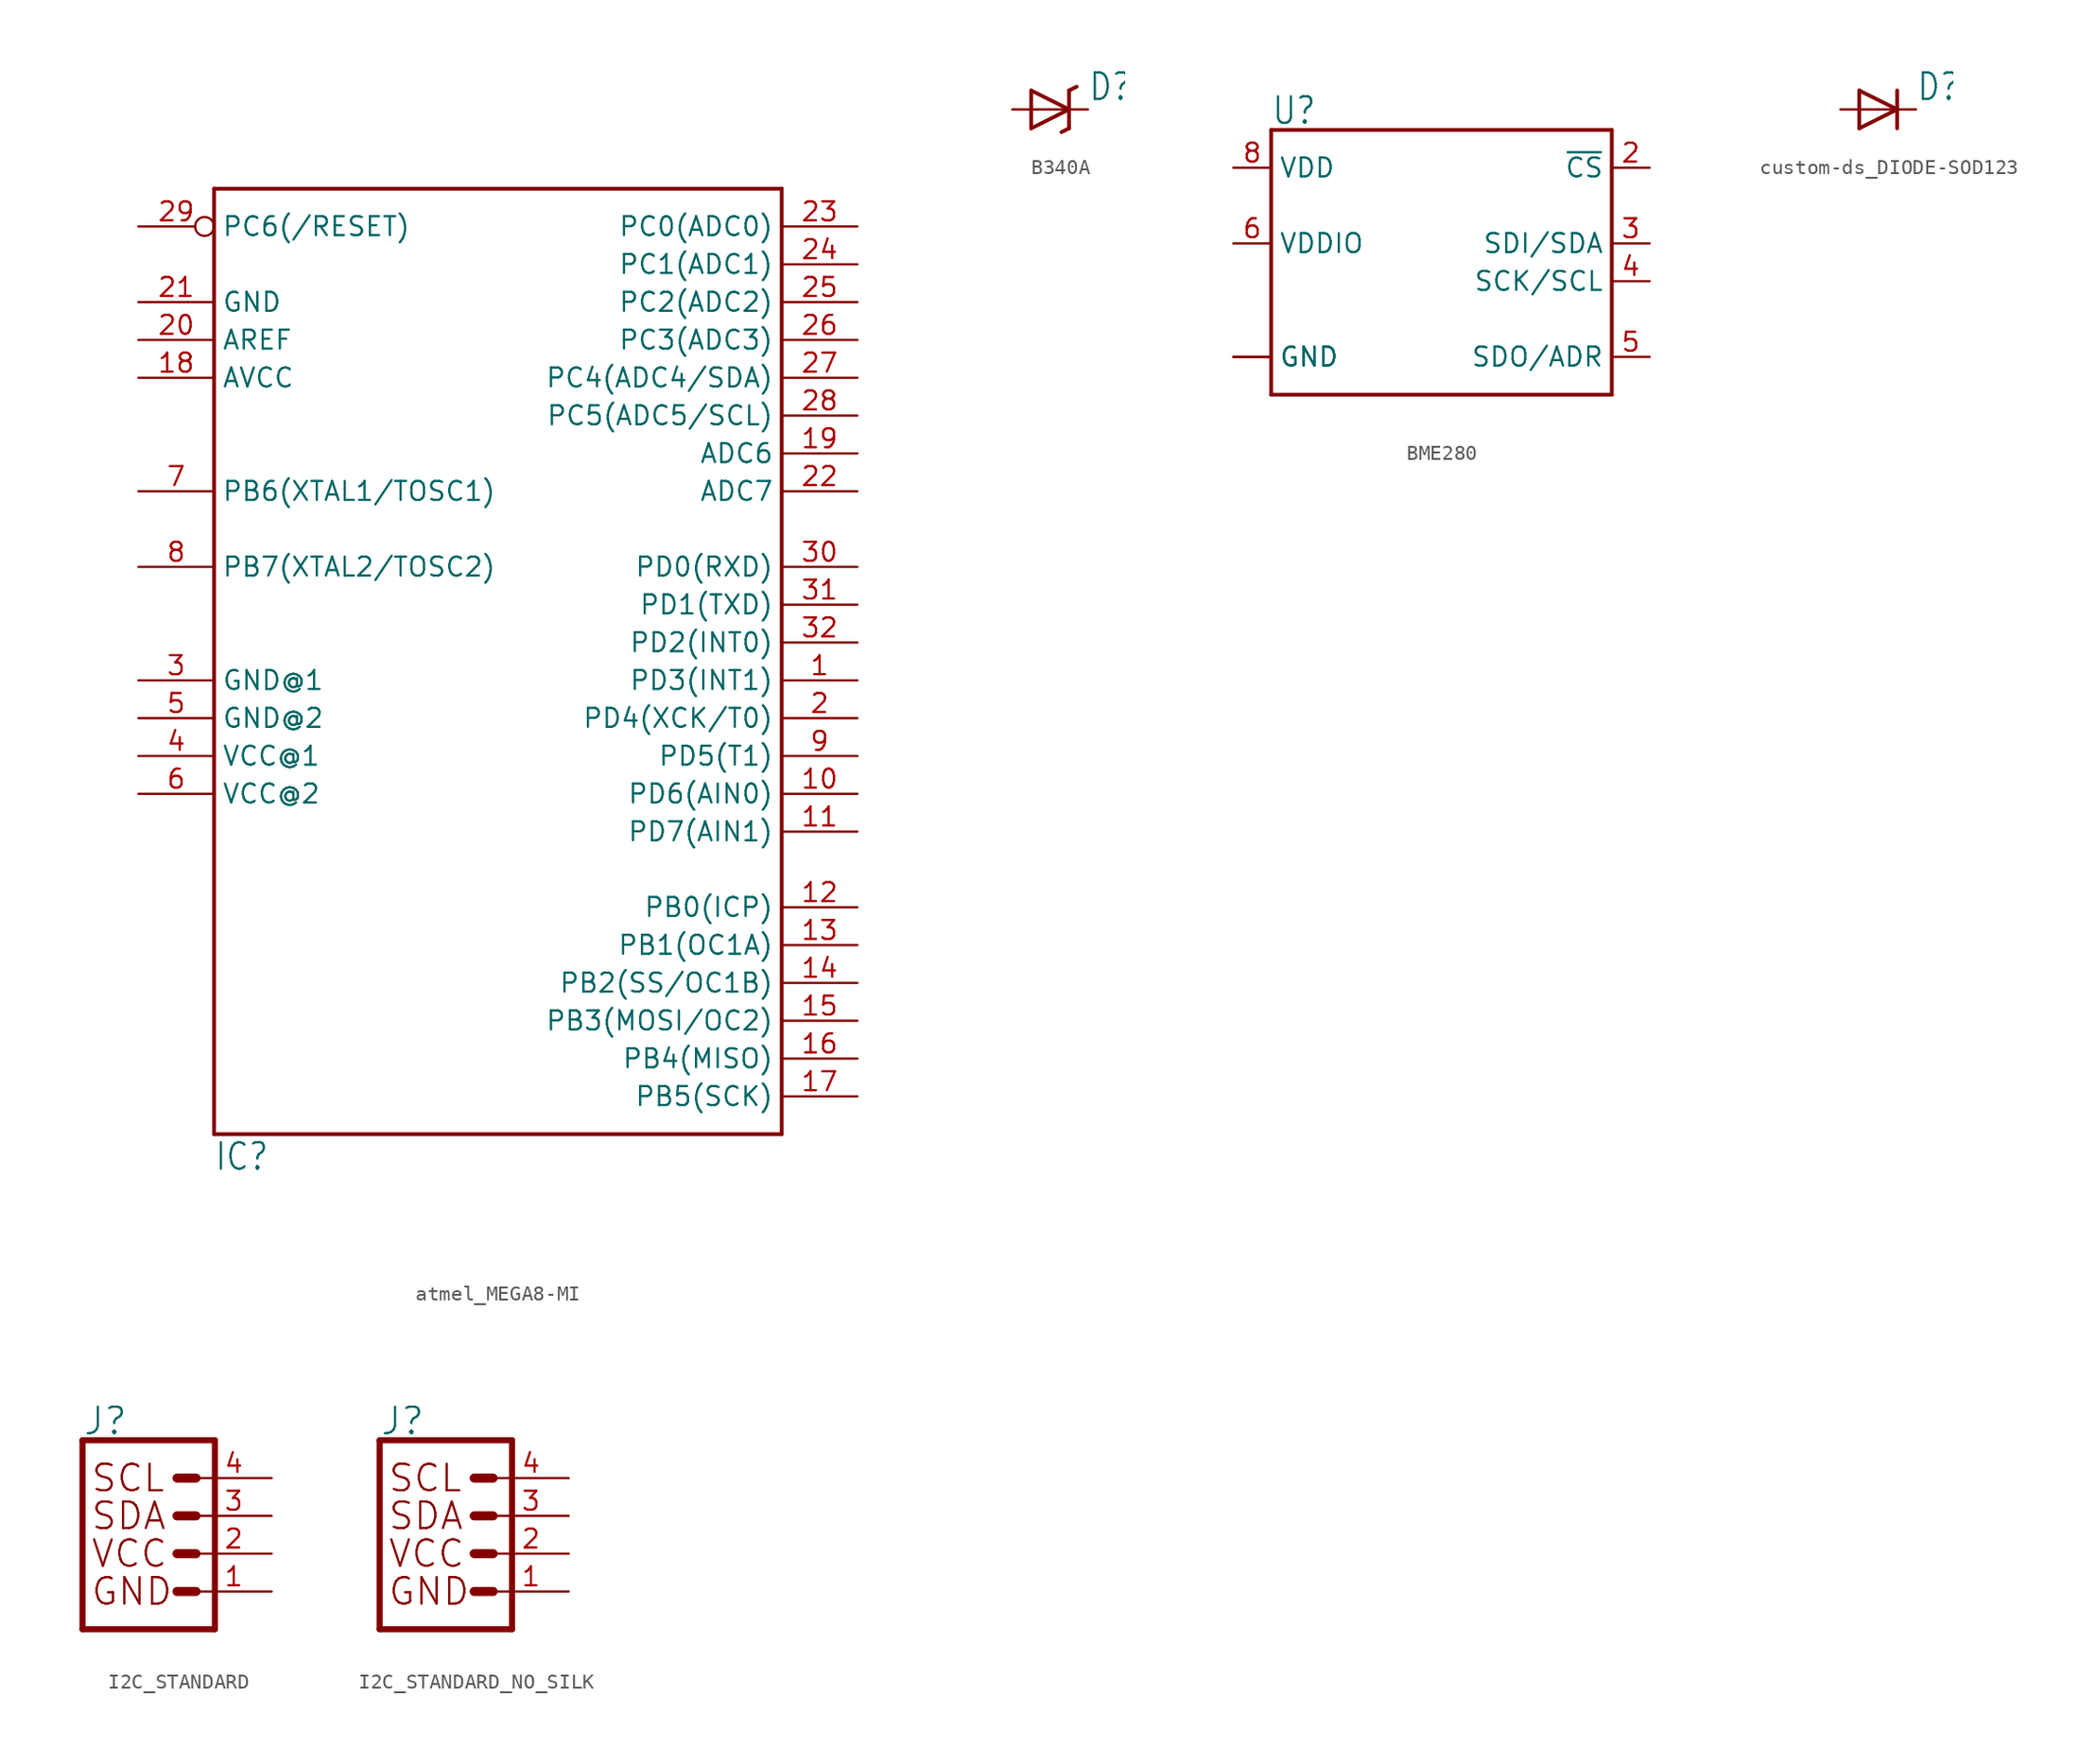
<source format=kicad_sym>
(kicad_symbol_lib
  (version 20231120)
  (generator "kicad_symbol_editor")
  (generator_version "8.0")
  (symbol "atmel_MEGA8-MI"
    (property "Reference" "IC"
      (at -17.78 -38.1 0)
      (effects (font (size 1.778 1.511)) (justify left bottom)))
    (property "Value" ""
      (at -17.78 29.21 0)
      (effects (font (size 1.778 1.511)) (justify left bottom)))
    (property "ki_locked" ""
      (at 0 0 0)
      (effects (font (size 1.27 1.27))))
    (symbol "atmel_MEGA8-MI_1_0"
      (polyline (pts (xy -17.78 -35.56) (xy -17.78 27.94)) (stroke (width 0.254) (type solid)) (fill (type none)))
      (polyline (pts (xy -17.78 27.94) (xy 20.32 27.94)) (stroke (width 0.254) (type solid)) (fill (type none)))
      (polyline (pts (xy 20.32 -35.56) (xy -17.78 -35.56)) (stroke (width 0.254) (type solid)) (fill (type none)))
      (polyline (pts (xy 20.32 27.94) (xy 20.32 -35.56)) (stroke (width 0.254) (type solid)) (fill (type none)))
      (pin bidirectional line (at 25.4 -5.08 180) (length 5.08) (name "PD3(INT1)" (effects (font (size 1.27 1.27)))) (number "1" (effects (font (size 1.27 1.27)))))
      (pin bidirectional line (at 25.4 -12.7 180) (length 5.08) (name "PD6(AIN0)" (effects (font (size 1.27 1.27)))) (number "10" (effects (font (size 1.27 1.27)))))
      (pin bidirectional line (at 25.4 -15.24 180) (length 5.08) (name "PD7(AIN1)" (effects (font (size 1.27 1.27)))) (number "11" (effects (font (size 1.27 1.27)))))
      (pin bidirectional line (at 25.4 -20.32 180) (length 5.08) (name "PB0(ICP)" (effects (font (size 1.27 1.27)))) (number "12" (effects (font (size 1.27 1.27)))))
      (pin bidirectional line (at 25.4 -22.86 180) (length 5.08) (name "PB1(OC1A)" (effects (font (size 1.27 1.27)))) (number "13" (effects (font (size 1.27 1.27)))))
      (pin bidirectional line (at 25.4 -25.4 180) (length 5.08) (name "PB2(SS/OC1B)" (effects (font (size 1.27 1.27)))) (number "14" (effects (font (size 1.27 1.27)))))
      (pin bidirectional line (at 25.4 -27.94 180) (length 5.08) (name "PB3(MOSI/OC2)" (effects (font (size 1.27 1.27)))) (number "15" (effects (font (size 1.27 1.27)))))
      (pin bidirectional line (at 25.4 -30.48 180) (length 5.08) (name "PB4(MISO)" (effects (font (size 1.27 1.27)))) (number "16" (effects (font (size 1.27 1.27)))))
      (pin bidirectional line (at 25.4 -33.02 180) (length 5.08) (name "PB5(SCK)" (effects (font (size 1.27 1.27)))) (number "17" (effects (font (size 1.27 1.27)))))
      (pin power_in line (at -22.86 15.24 0) (length 5.08) (name "AVCC" (effects (font (size 1.27 1.27)))) (number "18" (effects (font (size 1.27 1.27)))))
      (pin bidirectional line (at 25.4 10.16 180) (length 5.08) (name "ADC6" (effects (font (size 1.27 1.27)))) (number "19" (effects (font (size 1.27 1.27)))))
      (pin bidirectional line (at 25.4 -7.62 180) (length 5.08) (name "PD4(XCK/T0)" (effects (font (size 1.27 1.27)))) (number "2" (effects (font (size 1.27 1.27)))))
      (pin passive line (at -22.86 17.78 0) (length 5.08) (name "AREF" (effects (font (size 1.27 1.27)))) (number "20" (effects (font (size 1.27 1.27)))))
      (pin power_in line (at -22.86 20.32 0) (length 5.08) (name "GND" (effects (font (size 1.27 1.27)))) (number "21" (effects (font (size 1.27 1.27)))))
      (pin bidirectional line (at 25.4 7.62 180) (length 5.08) (name "ADC7" (effects (font (size 1.27 1.27)))) (number "22" (effects (font (size 1.27 1.27)))))
      (pin bidirectional line (at 25.4 25.4 180) (length 5.08) (name "PC0(ADC0)" (effects (font (size 1.27 1.27)))) (number "23" (effects (font (size 1.27 1.27)))))
      (pin bidirectional line (at 25.4 22.86 180) (length 5.08) (name "PC1(ADC1)" (effects (font (size 1.27 1.27)))) (number "24" (effects (font (size 1.27 1.27)))))
      (pin bidirectional line (at 25.4 20.32 180) (length 5.08) (name "PC2(ADC2)" (effects (font (size 1.27 1.27)))) (number "25" (effects (font (size 1.27 1.27)))))
      (pin bidirectional line (at 25.4 17.78 180) (length 5.08) (name "PC3(ADC3)" (effects (font (size 1.27 1.27)))) (number "26" (effects (font (size 1.27 1.27)))))
      (pin bidirectional line (at 25.4 15.24 180) (length 5.08) (name "PC4(ADC4/SDA)" (effects (font (size 1.27 1.27)))) (number "27" (effects (font (size 1.27 1.27)))))
      (pin bidirectional line (at 25.4 12.7 180) (length 5.08) (name "PC5(ADC5/SCL)" (effects (font (size 1.27 1.27)))) (number "28" (effects (font (size 1.27 1.27)))))
      (pin bidirectional inverted (at -22.86 25.4 0) (length 5.08) (name "PC6(/RESET)" (effects (font (size 1.27 1.27)))) (number "29" (effects (font (size 1.27 1.27)))))
      (pin power_in line (at -22.86 -5.08 0) (length 5.08) (name "GND@1" (effects (font (size 1.27 1.27)))) (number "3" (effects (font (size 1.27 1.27)))))
      (pin bidirectional line (at 25.4 2.54 180) (length 5.08) (name "PD0(RXD)" (effects (font (size 1.27 1.27)))) (number "30" (effects (font (size 1.27 1.27)))))
      (pin bidirectional line (at 25.4 0 180) (length 5.08) (name "PD1(TXD)" (effects (font (size 1.27 1.27)))) (number "31" (effects (font (size 1.27 1.27)))))
      (pin bidirectional line (at 25.4 -2.54 180) (length 5.08) (name "PD2(INT0)" (effects (font (size 1.27 1.27)))) (number "32" (effects (font (size 1.27 1.27)))))
      (pin power_in line (at -22.86 -10.16 0) (length 5.08) (name "VCC@1" (effects (font (size 1.27 1.27)))) (number "4" (effects (font (size 1.27 1.27)))))
      (pin power_in line (at -22.86 -7.62 0) (length 5.08) (name "GND@2" (effects (font (size 1.27 1.27)))) (number "5" (effects (font (size 1.27 1.27)))))
      (pin power_in line (at -22.86 -12.7 0) (length 5.08) (name "VCC@2" (effects (font (size 1.27 1.27)))) (number "6" (effects (font (size 1.27 1.27)))))
      (pin bidirectional line (at -22.86 7.62 0) (length 5.08) (name "PB6(XTAL1/TOSC1)" (effects (font (size 1.27 1.27)))) (number "7" (effects (font (size 1.27 1.27)))))
      (pin bidirectional line (at -22.86 2.54 0) (length 5.08) (name "PB7(XTAL2/TOSC2)" (effects (font (size 1.27 1.27)))) (number "8" (effects (font (size 1.27 1.27)))))
      (pin bidirectional line (at 25.4 -10.16 180) (length 5.08) (name "PD5(T1)" (effects (font (size 1.27 1.27)))) (number "9" (effects (font (size 1.27 1.27)))))))
  (symbol "B340A"
    (property "Reference" "D"
      (at 2.54 0.483 0)
      (effects (font (size 1.778 1.511)) (justify left bottom)))
    (property "Value" ""
      (at 2.54 -2.311 0)
      (effects (font (size 1.778 1.511)) (justify left bottom)))
    (property "ki_locked" ""
      (at 0 0 0)
      (effects (font (size 1.27 1.27))))
    (symbol "B340A_1_0"
      (polyline (pts (xy -1.27 -1.27) (xy 1.27 0)) (stroke (width 0.254) (type solid)) (fill (type none)))
      (polyline (pts (xy -1.27 1.27) (xy -1.27 -1.27)) (stroke (width 0.254) (type solid)) (fill (type none)))
      (polyline (pts (xy 1.27 -1.27) (xy 0.762 -1.524)) (stroke (width 0.254) (type solid)) (fill (type none)))
      (polyline (pts (xy 1.27 0) (xy -1.27 1.27)) (stroke (width 0.254) (type solid)) (fill (type none)))
      (polyline (pts (xy 1.27 0) (xy 1.27 -1.27)) (stroke (width 0.254) (type solid)) (fill (type none)))
      (polyline (pts (xy 1.27 1.27) (xy 1.27 0)) (stroke (width 0.254) (type solid)) (fill (type none)))
      (polyline (pts (xy 1.27 1.27) (xy 1.778 1.524)) (stroke (width 0.254) (type solid)) (fill (type none)))
      (pin passive line (at -2.54 0 0) (length 2.54) (name "A" (effects (font (size 0 0)))) (number "A" (effects (font (size 0 0)))))
      (pin passive line (at 2.54 0 180) (length 2.54) (name "C" (effects (font (size 0 0)))) (number "C" (effects (font (size 0 0)))))))
  (symbol "BME280"
    (property "Reference" "U"
      (at -10.16 7.874 0)
      (effects (font (size 1.778 1.511)) (justify left bottom)))
    (property "Value" ""
      (at -10.16 -10.414 0)
      (effects (font (size 1.778 1.511)) (justify left top)))
    (property "ki_locked" ""
      (at 0 0 0)
      (effects (font (size 1.27 1.27))))
    (symbol "BME280_1_0"
      (polyline (pts (xy -10.16 -10.16) (xy -10.16 7.62)) (stroke (width 0.254) (type solid)) (fill (type none)))
      (polyline (pts (xy -10.16 7.62) (xy 12.7 7.62)) (stroke (width 0.254) (type solid)) (fill (type none)))
      (polyline (pts (xy 12.7 -10.16) (xy -10.16 -10.16)) (stroke (width 0.254) (type solid)) (fill (type none)))
      (polyline (pts (xy 12.7 7.62) (xy 12.7 -10.16)) (stroke (width 0.254) (type solid)) (fill (type none)))
      (pin bidirectional line (at -12.7 -7.62 0) (length 2.54) (name "GND" (effects (font (size 1.27 1.27)))) (number "1" (effects (font (size 0 0)))))
      (pin bidirectional line (at 15.24 5.08 180) (length 2.54) (name "~{CS}" (effects (font (size 1.27 1.27)))) (number "2" (effects (font (size 1.27 1.27)))))
      (pin bidirectional line (at 15.24 0 180) (length 2.54) (name "SDI/SDA" (effects (font (size 1.27 1.27)))) (number "3" (effects (font (size 1.27 1.27)))))
      (pin bidirectional line (at 15.24 -2.54 180) (length 2.54) (name "SCK/SCL" (effects (font (size 1.27 1.27)))) (number "4" (effects (font (size 1.27 1.27)))))
      (pin bidirectional line (at 15.24 -7.62 180) (length 2.54) (name "SDO/ADR" (effects (font (size 1.27 1.27)))) (number "5" (effects (font (size 1.27 1.27)))))
      (pin bidirectional line (at -12.7 0 0) (length 2.54) (name "VDDIO" (effects (font (size 1.27 1.27)))) (number "6" (effects (font (size 1.27 1.27)))))
      (pin bidirectional line (at -12.7 -7.62 0) (length 2.54) (name "GND" (effects (font (size 1.27 1.27)))) (number "7" (effects (font (size 0 0)))))
      (pin bidirectional line (at -12.7 5.08 0) (length 2.54) (name "VDD" (effects (font (size 1.27 1.27)))) (number "8" (effects (font (size 1.27 1.27)))))))
  (symbol "custom-ds_DIODE-SOD123"
    (property "Reference" "D"
      (at 2.54 0.483 0)
      (effects (font (size 1.778 1.511)) (justify left bottom)))
    (property "Value" ""
      (at 2.54 -2.311 0)
      (effects (font (size 1.778 1.511)) (justify left bottom)))
    (property "ki_locked" ""
      (at 0 0 0)
      (effects (font (size 1.27 1.27))))
    (symbol "custom-ds_DIODE-SOD123_1_0"
      (polyline (pts (xy -1.27 -1.27) (xy 1.27 0)) (stroke (width 0.254) (type solid)) (fill (type none)))
      (polyline (pts (xy -1.27 1.27) (xy -1.27 -1.27)) (stroke (width 0.254) (type solid)) (fill (type none)))
      (polyline (pts (xy 1.27 0) (xy -1.27 1.27)) (stroke (width 0.254) (type solid)) (fill (type none)))
      (polyline (pts (xy 1.27 0) (xy 1.27 -1.27)) (stroke (width 0.254) (type solid)) (fill (type none)))
      (polyline (pts (xy 1.27 1.27) (xy 1.27 0)) (stroke (width 0.254) (type solid)) (fill (type none)))
      (pin passive line (at -2.54 0 0) (length 2.54) (name "A" (effects (font (size 0 0)))) (number "A" (effects (font (size 0 0)))))
      (pin passive line (at 2.54 0 180) (length 2.54) (name "C" (effects (font (size 0 0)))) (number "C" (effects (font (size 0 0)))))))
  (symbol "I2C_STANDARD"
    (property "Reference" "J"
      (at -5.08 7.874 0)
      (effects (font (size 1.778 1.778)) (justify left bottom)))
    (property "Value" ""
      (at -5.08 -5.334 0)
      (effects (font (size 1.778 1.778)) (justify left top)))
    (property "ki_locked" ""
      (at 0 0 0)
      (effects (font (size 1.27 1.27))))
    (symbol "I2C_STANDARD_1_0"
      (polyline (pts (xy -5.08 7.62) (xy -5.08 -5.08)) (stroke (width 0.406) (type solid)) (fill (type none)))
      (polyline (pts (xy -5.08 7.62) (xy 3.81 7.62)) (stroke (width 0.406) (type solid)) (fill (type none)))
      (polyline (pts (xy 1.27 -2.54) (xy 2.54 -2.54)) (stroke (width 0.61) (type solid)) (fill (type none)))
      (polyline (pts (xy 1.27 0) (xy 2.54 0)) (stroke (width 0.61) (type solid)) (fill (type none)))
      (polyline (pts (xy 1.27 2.54) (xy 2.54 2.54)) (stroke (width 0.61) (type solid)) (fill (type none)))
      (polyline (pts (xy 1.27 5.08) (xy 2.54 5.08)) (stroke (width 0.61) (type solid)) (fill (type none)))
      (polyline (pts (xy 3.81 -5.08) (xy -5.08 -5.08)) (stroke (width 0.406) (type solid)) (fill (type none)))
      (polyline (pts (xy 3.81 -5.08) (xy 3.81 7.62)) (stroke (width 0.406) (type solid)) (fill (type none)))
      (text "GND" (at -4.572 -2.54 0) (effects (font (size 1.778 1.778)) (justify left)))
      (text "SCL" (at -4.572 5.08 0) (effects (font (size 1.778 1.778)) (justify left)))
      (text "SDA" (at -4.572 2.54 0) (effects (font (size 1.778 1.778)) (justify left)))
      (text "VCC" (at -4.572 0 0) (effects (font (size 1.778 1.778)) (justify left)))
      (pin power_in line (at 7.62 -2.54 180) (length 5.08) (name "1" (effects (font (size 0 0)))) (number "1" (effects (font (size 1.27 1.27)))))
      (pin power_in line (at 7.62 0 180) (length 5.08) (name "2" (effects (font (size 0 0)))) (number "2" (effects (font (size 1.27 1.27)))))
      (pin passive line (at 7.62 2.54 180) (length 5.08) (name "3" (effects (font (size 0 0)))) (number "3" (effects (font (size 1.27 1.27)))))
      (pin passive line (at 7.62 5.08 180) (length 5.08) (name "4" (effects (font (size 0 0)))) (number "4" (effects (font (size 1.27 1.27)))))))
  (symbol "I2C_STANDARD_NO_SILK"
    (property "Reference" "J"
      (at -5.08 7.874 0)
      (effects (font (size 1.778 1.778)) (justify left bottom)))
    (property "Value" ""
      (at -5.08 -5.334 0)
      (effects (font (size 1.778 1.778)) (justify left top)))
    (property "ki_locked" ""
      (at 0 0 0)
      (effects (font (size 1.27 1.27))))
    (symbol "I2C_STANDARD_NO_SILK_1_0"
      (polyline (pts (xy -5.08 7.62) (xy -5.08 -5.08)) (stroke (width 0.406) (type solid)) (fill (type none)))
      (polyline (pts (xy -5.08 7.62) (xy 3.81 7.62)) (stroke (width 0.406) (type solid)) (fill (type none)))
      (polyline (pts (xy 1.27 -2.54) (xy 2.54 -2.54)) (stroke (width 0.61) (type solid)) (fill (type none)))
      (polyline (pts (xy 1.27 0) (xy 2.54 0)) (stroke (width 0.61) (type solid)) (fill (type none)))
      (polyline (pts (xy 1.27 2.54) (xy 2.54 2.54)) (stroke (width 0.61) (type solid)) (fill (type none)))
      (polyline (pts (xy 1.27 5.08) (xy 2.54 5.08)) (stroke (width 0.61) (type solid)) (fill (type none)))
      (polyline (pts (xy 3.81 -5.08) (xy -5.08 -5.08)) (stroke (width 0.406) (type solid)) (fill (type none)))
      (polyline (pts (xy 3.81 -5.08) (xy 3.81 7.62)) (stroke (width 0.406) (type solid)) (fill (type none)))
      (text "GND" (at -4.572 -2.54 0) (effects (font (size 1.778 1.778)) (justify left)))
      (text "SCL" (at -4.572 5.08 0) (effects (font (size 1.778 1.778)) (justify left)))
      (text "SDA" (at -4.572 2.54 0) (effects (font (size 1.778 1.778)) (justify left)))
      (text "VCC" (at -4.572 0 0) (effects (font (size 1.778 1.778)) (justify left)))
      (pin power_in line (at 7.62 -2.54 180) (length 5.08) (name "1" (effects (font (size 0 0)))) (number "1" (effects (font (size 1.27 1.27)))))
      (pin power_in line (at 7.62 0 180) (length 5.08) (name "2" (effects (font (size 0 0)))) (number "2" (effects (font (size 1.27 1.27)))))
      (pin passive line (at 7.62 2.54 180) (length 5.08) (name "3" (effects (font (size 0 0)))) (number "3" (effects (font (size 1.27 1.27)))))
      (pin passive line (at 7.62 5.08 180) (length 5.08) (name "4" (effects (font (size 0 0)))) (number "4" (effects (font (size 1.27 1.27))))))))
</source>
